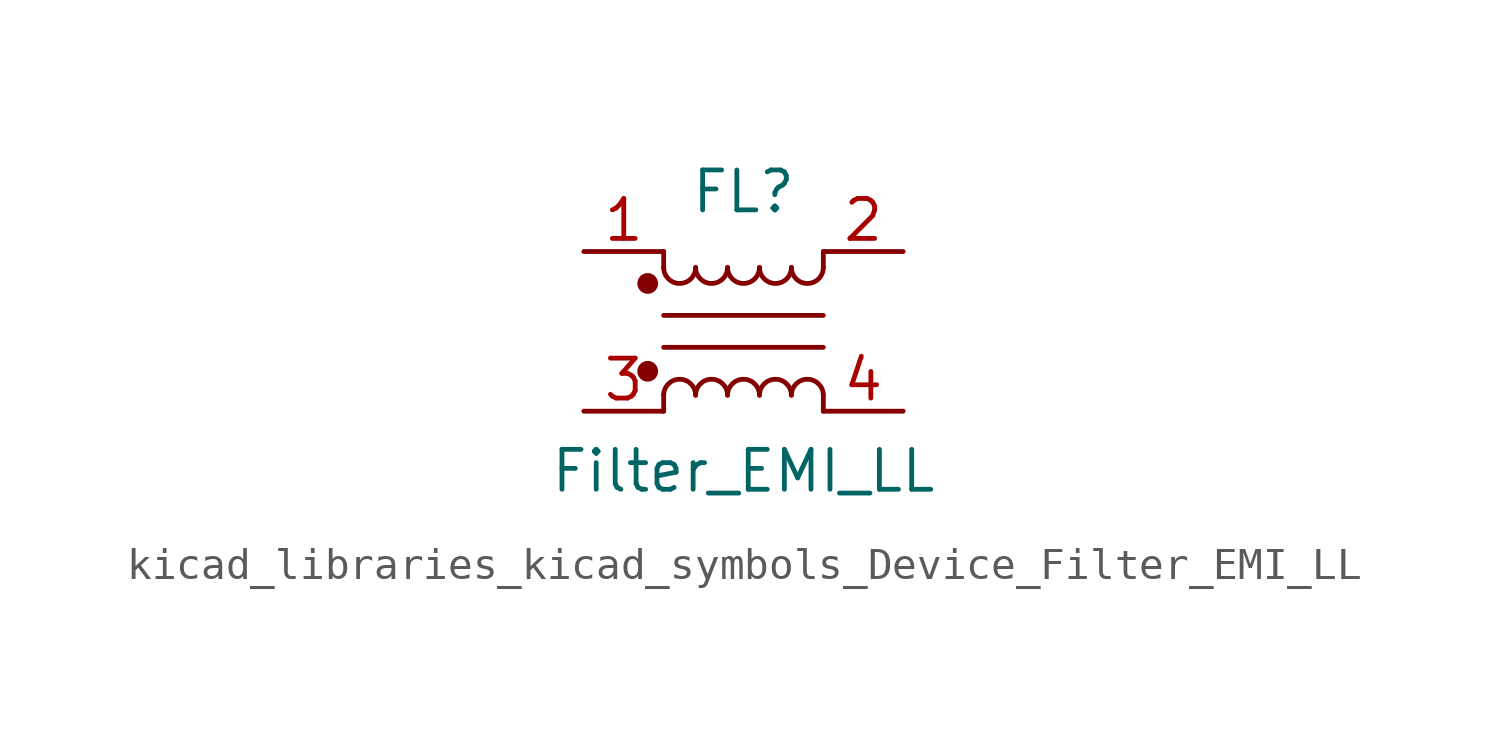
<source format=kicad_sym>
(kicad_symbol_lib
  (version 20220914)
  (generator kicad_symbol_editor)
  (symbol "kicad_libraries_kicad_symbols_Device_Filter_EMI_LL"
    (pin_names
      (offset 0.254) hide)
    (property "Reference" "FL"
      (at 0 4.445 0)
      (effects (font (size 1.27 1.27))))
    (property "Value" "Filter_EMI_LL"
      (at 0 -4.445 0)
      (effects (font (size 1.27 1.27))))
    (symbol "kicad_libraries_kicad_symbols_Device_Filter_EMI_LL_0_1"
      (circle (center -3.048 -1.27) (radius 0.254) (stroke (width 0) (type default)) (fill (type outline)))
      (circle (center -3.048 1.524) (radius 0.254) (stroke (width 0) (type default)) (fill (type outline)))
      (arc (start -2.54 2.032) (mid -2.032 1.5262) (end -1.524 2.032) (stroke (width 0) (type default)) (fill (type none)))
      (arc (start -1.524 -2.032) (mid -2.032 -1.5262) (end -2.54 -2.032) (stroke (width 0) (type default)) (fill (type none)))
      (arc (start -1.524 2.032) (mid -1.016 1.5262) (end -0.508 2.032) (stroke (width 0) (type default)) (fill (type none)))
      (arc (start -0.508 -2.032) (mid -1.016 -1.5262) (end -1.524 -2.032) (stroke (width 0) (type default)) (fill (type none)))
      (arc (start -0.508 2.032) (mid 0 1.5262) (end 0.508 2.032) (stroke (width 0) (type default)) (fill (type none)))
      (polyline (pts (xy -2.54 -2.032) (xy -2.54 -2.54)) (stroke (width 0) (type default)) (fill (type none)))
      (polyline (pts (xy -2.54 0.508) (xy 2.54 0.508)) (stroke (width 0) (type default)) (fill (type none)))
      (polyline (pts (xy -2.54 2.032) (xy -2.54 2.54)) (stroke (width 0) (type default)) (fill (type none)))
      (polyline (pts (xy 2.54 -2.032) (xy 2.54 -2.54)) (stroke (width 0) (type default)) (fill (type none)))
      (polyline (pts (xy 2.54 -0.508) (xy -2.54 -0.508)) (stroke (width 0) (type default)) (fill (type none)))
      (polyline (pts (xy 2.54 2.54) (xy 2.54 2.032)) (stroke (width 0) (type default)) (fill (type none)))
      (arc (start 0.508 -2.032) (mid 0 -1.5262) (end -0.508 -2.032) (stroke (width 0) (type default)) (fill (type none)))
      (arc (start 0.508 2.032) (mid 1.016 1.5262) (end 1.524 2.032) (stroke (width 0) (type default)) (fill (type none)))
      (arc (start 1.524 -2.032) (mid 1.016 -1.5262) (end 0.508 -2.032) (stroke (width 0) (type default)) (fill (type none)))
      (arc (start 1.524 2.032) (mid 2.032 1.5262) (end 2.54 2.032) (stroke (width 0) (type default)) (fill (type none)))
      (arc (start 2.54 -2.032) (mid 2.032 -1.5262) (end 1.524 -2.032) (stroke (width 0) (type default)) (fill (type none))))
    (symbol "kicad_libraries_kicad_symbols_Device_Filter_EMI_LL_1_1"
      (pin passive line (at -5.08 2.54 0) (length 2.54) (name "1" (effects (font (size 1.27 1.27)))) (number "1" (effects (font (size 1.27 1.27)))))
      (pin passive line (at 5.08 2.54 180) (length 2.54) (name "2" (effects (font (size 1.27 1.27)))) (number "2" (effects (font (size 1.27 1.27)))))
      (pin passive line (at -5.08 -2.54 0) (length 2.54) (name "3" (effects (font (size 1.27 1.27)))) (number "3" (effects (font (size 1.27 1.27)))))
      (pin passive line (at 5.08 -2.54 180) (length 2.54) (name "4" (effects (font (size 1.27 1.27)))) (number "4" (effects (font (size 1.27 1.27))))))))
</source>
